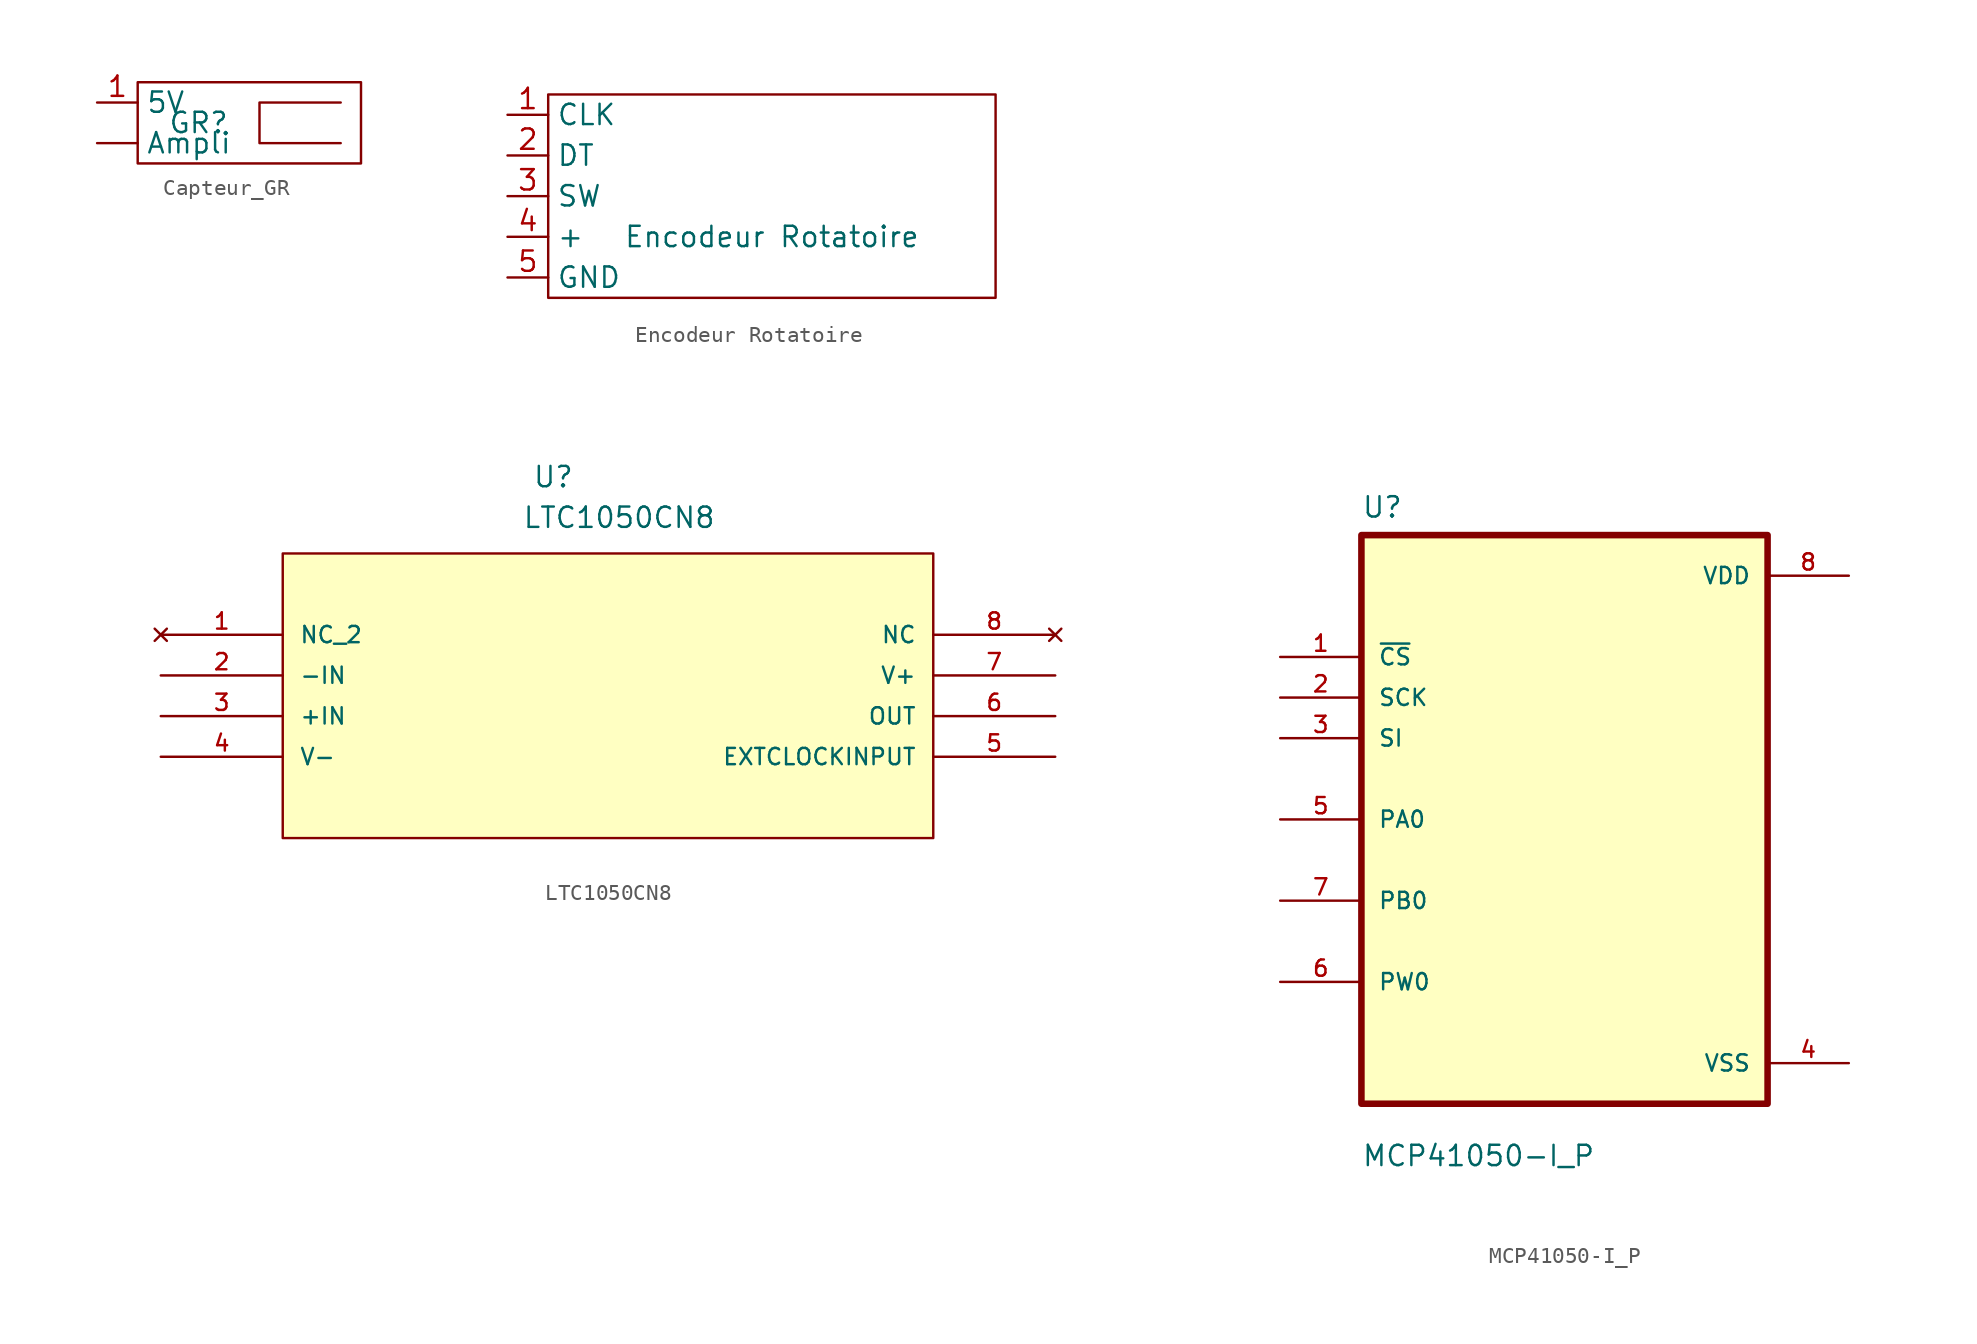
<source format=kicad_sym>
(kicad_symbol_lib
  (version 20220914)
  (generator kicad_symbol_editor)
  (symbol "Capteur_GR"
    (property "Reference" "GR"
      (at 0 0 0)
      (effects (font (size 1.27 1.27))))
    (property "Value" ""
      (at 0 0 0)
      (effects (font (size 1.27 1.27))))
    (symbol "Capteur_GR_0_1"
      (rectangle (start -3.81 2.54) (end 10.16 -2.54) (stroke (width 0) (type default)) (fill (type none)))
      (polyline (pts (xy 8.89 1.27) (xy 3.81 1.27) (xy 3.81 -1.27) (xy 8.89 -1.27)) (stroke (width 0) (type default)) (fill (type none))))
    (symbol "Capteur_GR_1_1"
      (pin passive line (at -6.35 -1.27 0) (length 2.54) (name "Ampli" (effects (font (size 1.27 1.27)))) (number "" (effects (font (size 1.27 1.27)))))
      (pin passive line (at -6.35 1.27 0) (length 2.54) (name "5V" (effects (font (size 1.27 1.27)))) (number "1" (effects (font (size 1.27 1.27)))))))
  (symbol "Encodeur Rotatoire"
    (property "Reference" "Pot"
      (at 0 3.81 0)
      (effects (font (size 1.27 1.27)) hide))
    (property "Value" "Encodeur Rotatoire"
      (at 2.54 1.27 0)
      (effects (font (size 1.27 1.27))))
    (symbol "Encodeur Rotatoire_0_1"
      (rectangle (start -11.43 10.16) (end 16.51 -2.54) (stroke (width 0) (type default)) (fill (type none))))
    (symbol "Encodeur Rotatoire_1_1"
      (pin passive line (at -13.97 8.89 0) (length 2.54) (name "CLK" (effects (font (size 1.27 1.27)))) (number "1" (effects (font (size 1.27 1.27)))))
      (pin passive line (at -13.97 6.35 0) (length 2.54) (name "DT" (effects (font (size 1.27 1.27)))) (number "2" (effects (font (size 1.27 1.27)))))
      (pin passive line (at -13.97 3.81 0) (length 2.54) (name "SW" (effects (font (size 1.27 1.27)))) (number "3" (effects (font (size 1.27 1.27)))))
      (pin passive line (at -13.97 1.27 0) (length 2.54) (name "+" (effects (font (size 1.27 1.27)))) (number "4" (effects (font (size 1.27 1.27)))))
      (pin passive line (at -13.97 -1.27 0) (length 2.54) (name "GND" (effects (font (size 1.27 1.27)))) (number "5" (effects (font (size 1.27 1.27)))))))
  (symbol "LTC1050CN8"
    (pin_names
      (offset 1.016))
    (property "Reference" "U"
      (at 23.216 9.119 0)
      (effects (font (size 1.27 1.27)) (justify left bottom)))
    (property "Value" "LTC1050CN8"
      (at 22.581 6.579 0)
      (effects (font (size 1.27 1.27)) (justify left bottom)))
    (symbol "LTC1050CN8_0_0"
      (rectangle (start 7.62 -12.7) (end 48.26 5.08) (stroke (width 0.152) (type default)) (fill (type background)))
      (pin no_connect line (at 0 0 0) (length 7.62) (name "NC_2" (effects (font (size 1.016 1.016)))) (number "1" (effects (font (size 1.016 1.016)))))
      (pin input line (at 0 -2.54 0) (length 7.62) (name "-IN" (effects (font (size 1.016 1.016)))) (number "2" (effects (font (size 1.016 1.016)))))
      (pin input line (at 0 -5.08 0) (length 7.62) (name "+IN" (effects (font (size 1.016 1.016)))) (number "3" (effects (font (size 1.016 1.016)))))
      (pin power_in line (at 0 -7.62 0) (length 7.62) (name "V-" (effects (font (size 1.016 1.016)))) (number "4" (effects (font (size 1.016 1.016)))))
      (pin input line (at 55.88 -7.62 180) (length 7.62) (name "EXTCLOCKINPUT" (effects (font (size 1.016 1.016)))) (number "5" (effects (font (size 1.016 1.016)))))
      (pin output line (at 55.88 -5.08 180) (length 7.62) (name "OUT" (effects (font (size 1.016 1.016)))) (number "6" (effects (font (size 1.016 1.016)))))
      (pin power_in line (at 55.88 -2.54 180) (length 7.62) (name "V+" (effects (font (size 1.016 1.016)))) (number "7" (effects (font (size 1.016 1.016)))))
      (pin no_connect line (at 55.88 0 180) (length 7.62) (name "NC" (effects (font (size 1.016 1.016)))) (number "8" (effects (font (size 1.016 1.016)))))))
  (symbol "MCP41050-I_P"
    (pin_names
      (offset 1.016))
    (property "Reference" "U"
      (at -12.7 18.78 0)
      (effects (font (size 1.27 1.27)) (justify left bottom)))
    (property "Value" "MCP41050-I_P"
      (at -12.7 -21.78 0)
      (effects (font (size 1.27 1.27)) (justify left bottom)))
    (symbol "MCP41050-I_P_0_0"
      (rectangle (start -12.7 -17.78) (end 12.7 17.78) (stroke (width 0.41) (type default)) (fill (type background)))
      (pin input line (at -17.78 10.16 0) (length 5.08) (name "~{CS}" (effects (font (size 1.016 1.016)))) (number "1" (effects (font (size 1.016 1.016)))))
      (pin input line (at -17.78 7.62 0) (length 5.08) (name "SCK" (effects (font (size 1.016 1.016)))) (number "2" (effects (font (size 1.016 1.016)))))
      (pin input line (at -17.78 5.08 0) (length 5.08) (name "SI" (effects (font (size 1.016 1.016)))) (number "3" (effects (font (size 1.016 1.016)))))
      (pin power_in line (at 17.78 -15.24 180) (length 5.08) (name "VSS" (effects (font (size 1.016 1.016)))) (number "4" (effects (font (size 1.016 1.016)))))
      (pin bidirectional line (at -17.78 0 0) (length 5.08) (name "PA0" (effects (font (size 1.016 1.016)))) (number "5" (effects (font (size 1.016 1.016)))))
      (pin bidirectional line (at -17.78 -10.16 0) (length 5.08) (name "PW0" (effects (font (size 1.016 1.016)))) (number "6" (effects (font (size 1.016 1.016)))))
      (pin bidirectional line (at -17.78 -5.08 0) (length 5.08) (name "PB0" (effects (font (size 1.016 1.016)))) (number "7" (effects (font (size 1.016 1.016)))))
      (pin power_in line (at 17.78 15.24 180) (length 5.08) (name "VDD" (effects (font (size 1.016 1.016)))) (number "8" (effects (font (size 1.016 1.016))))))))
</source>
